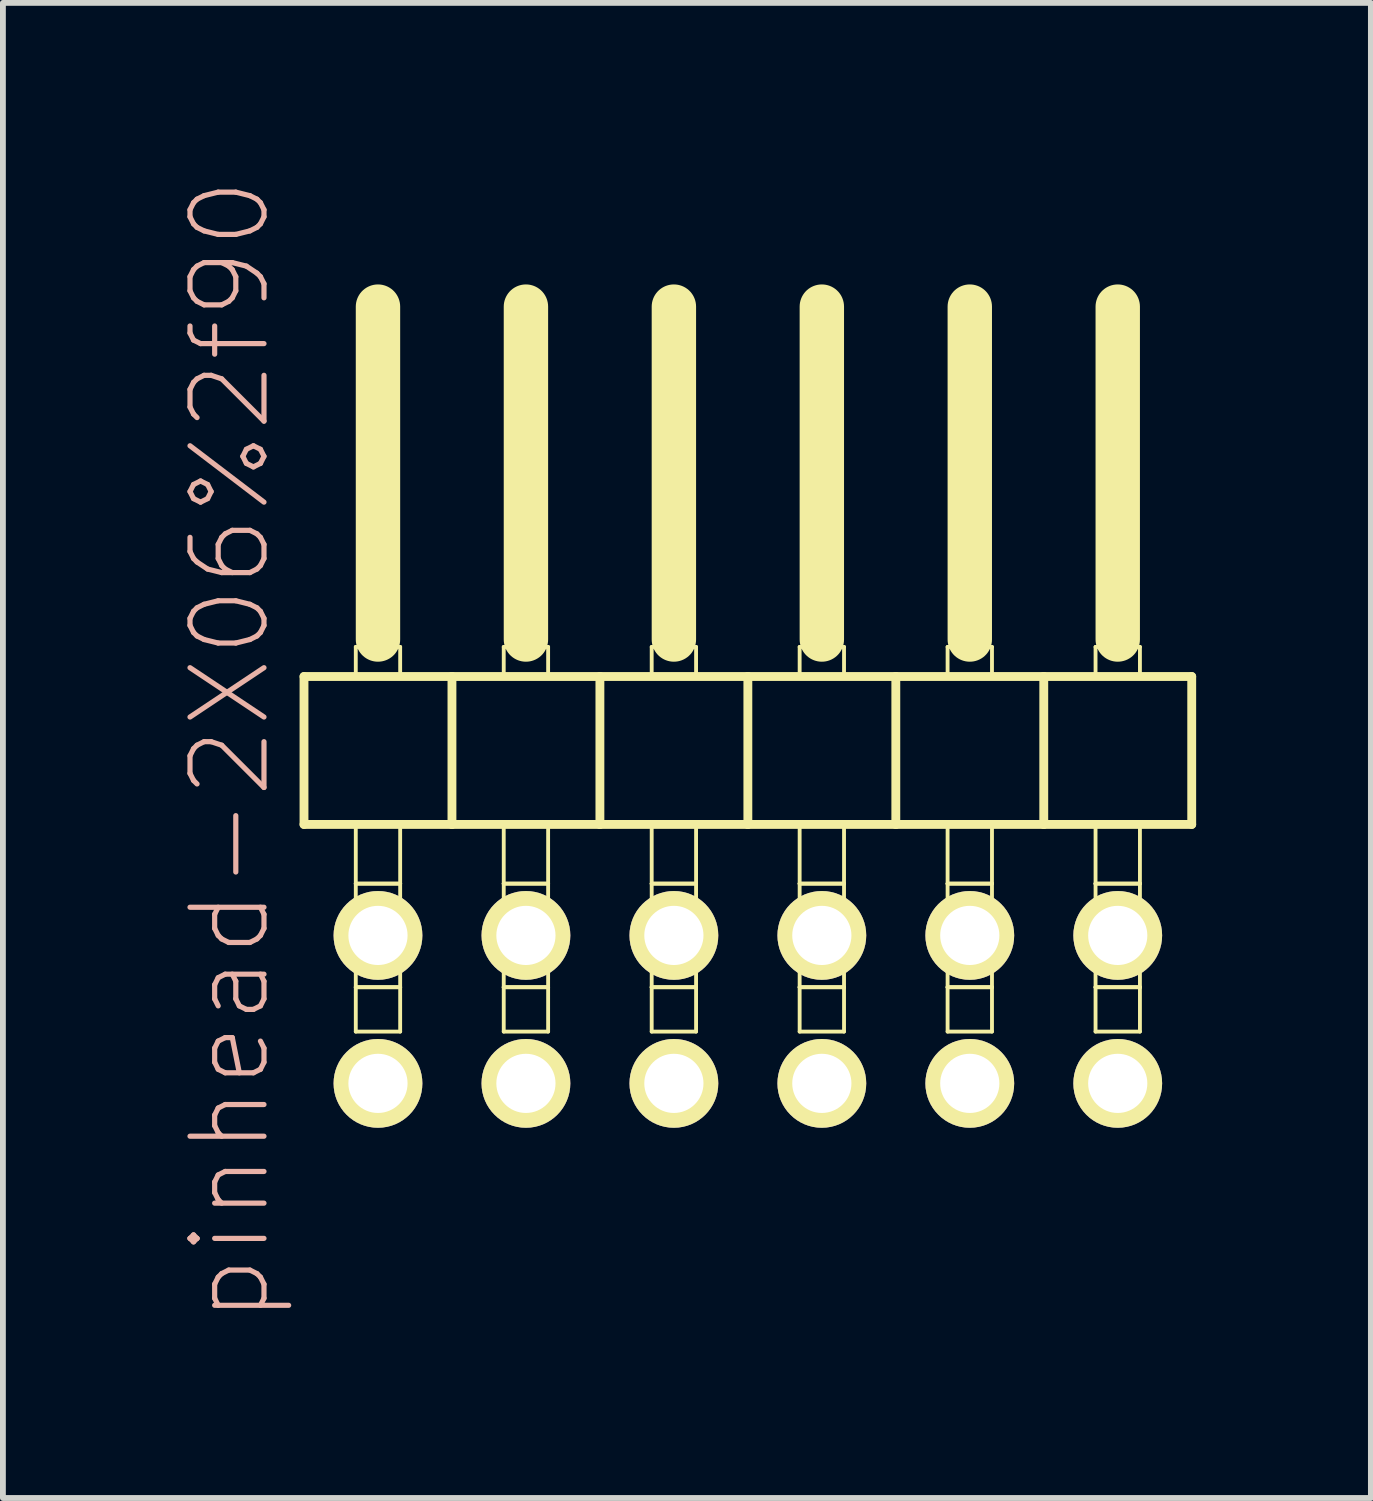
<source format=kicad_pcb>
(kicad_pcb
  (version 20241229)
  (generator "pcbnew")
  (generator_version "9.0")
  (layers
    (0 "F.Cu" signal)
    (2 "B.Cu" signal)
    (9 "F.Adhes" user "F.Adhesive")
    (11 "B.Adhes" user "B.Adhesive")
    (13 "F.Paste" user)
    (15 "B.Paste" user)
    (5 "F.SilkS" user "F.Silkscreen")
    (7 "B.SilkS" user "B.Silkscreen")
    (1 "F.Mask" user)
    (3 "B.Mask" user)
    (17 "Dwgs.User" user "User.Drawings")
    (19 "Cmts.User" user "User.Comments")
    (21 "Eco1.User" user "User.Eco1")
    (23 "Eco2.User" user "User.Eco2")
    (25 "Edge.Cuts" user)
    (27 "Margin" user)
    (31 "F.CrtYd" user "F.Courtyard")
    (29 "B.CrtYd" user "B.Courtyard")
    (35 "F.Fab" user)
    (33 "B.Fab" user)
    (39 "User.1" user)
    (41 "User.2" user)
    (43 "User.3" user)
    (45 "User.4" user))
  (footprint "pinhead-2X06%2f90"
    (layer "F.Cu")
    (at 9.789 9.199)
    (property "Reference" "pinhead-2X06%2f90" (at -8.89 0.635 90) (layer "B.SilkS") (effects (font (size 1.27 1.27) (thickness 0.089))))
    (attr exclude_from_pos_files exclude_from_bom)
    (fp_line (start -7.62 -0.635) (end -7.62 1.905) (stroke (width 0.152) (type solid)) (layer "F.SilkS"))
    (fp_line (start -7.62 1.905) (end -5.08 1.905) (stroke (width 0.152) (type solid)) (layer "F.SilkS"))
    (fp_line (start -6.731 -1.143) (end -5.969 -1.143) (stroke (width 0.066) (type solid)) (layer "F.SilkS"))
    (fp_line (start -6.731 -0.635) (end -6.731 -1.143) (stroke (width 0.066) (type solid)) (layer "F.SilkS"))
    (fp_line (start -6.731 -0.635) (end -5.969 -0.635) (stroke (width 0.066) (type solid)) (layer "F.SilkS"))
    (fp_line (start -6.731 1.905) (end -5.969 1.905) (stroke (width 0.066) (type solid)) (layer "F.SilkS"))
    (fp_line (start -6.731 2.921) (end -6.731 1.905) (stroke (width 0.066) (type solid)) (layer "F.SilkS"))
    (fp_line (start -6.731 2.921) (end -5.969 2.921) (stroke (width 0.066) (type solid)) (layer "F.SilkS"))
    (fp_line (start -6.731 2.921) (end -5.969 2.921) (stroke (width 0.066) (type solid)) (layer "F.SilkS"))
    (fp_line (start -6.731 4.699) (end -6.731 2.921) (stroke (width 0.066) (type solid)) (layer "F.SilkS"))
    (fp_line (start -6.731 4.699) (end -5.969 4.699) (stroke (width 0.066) (type solid)) (layer "F.SilkS"))
    (fp_line (start -6.731 4.699) (end -5.969 4.699) (stroke (width 0.066) (type solid)) (layer "F.SilkS"))
    (fp_line (start -6.731 5.461) (end -6.731 4.699) (stroke (width 0.066) (type solid)) (layer "F.SilkS"))
    (fp_line (start -6.731 5.461) (end -5.969 5.461) (stroke (width 0.066) (type solid)) (layer "F.SilkS"))
    (fp_line (start -6.35 -6.985) (end -6.35 -1.27) (stroke (width 0.762) (type solid)) (layer "F.SilkS"))
    (fp_line (start -5.969 -0.635) (end -5.969 -1.143) (stroke (width 0.066) (type solid)) (layer "F.SilkS"))
    (fp_line (start -5.969 2.921) (end -5.969 1.905) (stroke (width 0.066) (type solid)) (layer "F.SilkS"))
    (fp_line (start -5.969 4.699) (end -5.969 2.921) (stroke (width 0.066) (type solid)) (layer "F.SilkS"))
    (fp_line (start -5.969 5.461) (end -5.969 4.699) (stroke (width 0.066) (type solid)) (layer "F.SilkS"))
    (fp_line (start -5.08 -0.635) (end -7.62 -0.635) (stroke (width 0.152) (type solid)) (layer "F.SilkS"))
    (fp_line (start -5.08 1.905) (end -5.08 -0.635) (stroke (width 0.152) (type solid)) (layer "F.SilkS"))
    (fp_line (start -5.08 1.905) (end -2.54 1.905) (stroke (width 0.152) (type solid)) (layer "F.SilkS"))
    (fp_line (start -4.191 -1.143) (end -3.429 -1.143) (stroke (width 0.066) (type solid)) (layer "F.SilkS"))
    (fp_line (start -4.191 -0.635) (end -4.191 -1.143) (stroke (width 0.066) (type solid)) (layer "F.SilkS"))
    (fp_line (start -4.191 -0.635) (end -3.429 -0.635) (stroke (width 0.066) (type solid)) (layer "F.SilkS"))
    (fp_line (start -4.191 1.905) (end -3.429 1.905) (stroke (width 0.066) (type solid)) (layer "F.SilkS"))
    (fp_line (start -4.191 2.921) (end -4.191 1.905) (stroke (width 0.066) (type solid)) (layer "F.SilkS"))
    (fp_line (start -4.191 2.921) (end -3.429 2.921) (stroke (width 0.066) (type solid)) (layer "F.SilkS"))
    (fp_line (start -4.191 2.921) (end -3.429 2.921) (stroke (width 0.066) (type solid)) (layer "F.SilkS"))
    (fp_line (start -4.191 4.699) (end -4.191 2.921) (stroke (width 0.066) (type solid)) (layer "F.SilkS"))
    (fp_line (start -4.191 4.699) (end -3.429 4.699) (stroke (width 0.066) (type solid)) (layer "F.SilkS"))
    (fp_line (start -4.191 4.699) (end -3.429 4.699) (stroke (width 0.066) (type solid)) (layer "F.SilkS"))
    (fp_line (start -4.191 5.461) (end -4.191 4.699) (stroke (width 0.066) (type solid)) (layer "F.SilkS"))
    (fp_line (start -4.191 5.461) (end -3.429 5.461) (stroke (width 0.066) (type solid)) (layer "F.SilkS"))
    (fp_line (start -3.81 -6.985) (end -3.81 -1.27) (stroke (width 0.762) (type solid)) (layer "F.SilkS"))
    (fp_line (start -3.429 -0.635) (end -3.429 -1.143) (stroke (width 0.066) (type solid)) (layer "F.SilkS"))
    (fp_line (start -3.429 2.921) (end -3.429 1.905) (stroke (width 0.066) (type solid)) (layer "F.SilkS"))
    (fp_line (start -3.429 4.699) (end -3.429 2.921) (stroke (width 0.066) (type solid)) (layer "F.SilkS"))
    (fp_line (start -3.429 5.461) (end -3.429 4.699) (stroke (width 0.066) (type solid)) (layer "F.SilkS"))
    (fp_line (start -2.54 -0.635) (end -5.08 -0.635) (stroke (width 0.152) (type solid)) (layer "F.SilkS"))
    (fp_line (start -2.54 1.905) (end -2.54 -0.635) (stroke (width 0.152) (type solid)) (layer "F.SilkS"))
    (fp_line (start -2.54 1.905) (end 0 1.905) (stroke (width 0.152) (type solid)) (layer "F.SilkS"))
    (fp_line (start -1.651 -1.143) (end -0.889 -1.143) (stroke (width 0.066) (type solid)) (layer "F.SilkS"))
    (fp_line (start -1.651 -0.635) (end -1.651 -1.143) (stroke (width 0.066) (type solid)) (layer "F.SilkS"))
    (fp_line (start -1.651 -0.635) (end -0.889 -0.635) (stroke (width 0.066) (type solid)) (layer "F.SilkS"))
    (fp_line (start -1.651 1.905) (end -0.889 1.905) (stroke (width 0.066) (type solid)) (layer "F.SilkS"))
    (fp_line (start -1.651 2.921) (end -1.651 1.905) (stroke (width 0.066) (type solid)) (layer "F.SilkS"))
    (fp_line (start -1.651 2.921) (end -0.889 2.921) (stroke (width 0.066) (type solid)) (layer "F.SilkS"))
    (fp_line (start -1.651 2.921) (end -0.889 2.921) (stroke (width 0.066) (type solid)) (layer "F.SilkS"))
    (fp_line (start -1.651 4.699) (end -1.651 2.921) (stroke (width 0.066) (type solid)) (layer "F.SilkS"))
    (fp_line (start -1.651 4.699) (end -0.889 4.699) (stroke (width 0.066) (type solid)) (layer "F.SilkS"))
    (fp_line (start -1.651 4.699) (end -0.889 4.699) (stroke (width 0.066) (type solid)) (layer "F.SilkS"))
    (fp_line (start -1.651 5.461) (end -1.651 4.699) (stroke (width 0.066) (type solid)) (layer "F.SilkS"))
    (fp_line (start -1.651 5.461) (end -0.889 5.461) (stroke (width 0.066) (type solid)) (layer "F.SilkS"))
    (fp_line (start -1.27 -6.985) (end -1.27 -1.27) (stroke (width 0.762) (type solid)) (layer "F.SilkS"))
    (fp_line (start -0.889 -0.635) (end -0.889 -1.143) (stroke (width 0.066) (type solid)) (layer "F.SilkS"))
    (fp_line (start -0.889 2.921) (end -0.889 1.905) (stroke (width 0.066) (type solid)) (layer "F.SilkS"))
    (fp_line (start -0.889 4.699) (end -0.889 2.921) (stroke (width 0.066) (type solid)) (layer "F.SilkS"))
    (fp_line (start -0.889 5.461) (end -0.889 4.699) (stroke (width 0.066) (type solid)) (layer "F.SilkS"))
    (fp_line (start 0 -0.635) (end -2.54 -0.635) (stroke (width 0.152) (type solid)) (layer "F.SilkS"))
    (fp_line (start 0 1.905) (end 0 -0.635) (stroke (width 0.152) (type solid)) (layer "F.SilkS"))
    (fp_line (start 0 1.905) (end 2.54 1.905) (stroke (width 0.152) (type solid)) (layer "F.SilkS"))
    (fp_line (start 0.889 -1.143) (end 1.651 -1.143) (stroke (width 0.066) (type solid)) (layer "F.SilkS"))
    (fp_line (start 0.889 -0.635) (end 0.889 -1.143) (stroke (width 0.066) (type solid)) (layer "F.SilkS"))
    (fp_line (start 0.889 -0.635) (end 1.651 -0.635) (stroke (width 0.066) (type solid)) (layer "F.SilkS"))
    (fp_line (start 0.889 1.905) (end 1.651 1.905) (stroke (width 0.066) (type solid)) (layer "F.SilkS"))
    (fp_line (start 0.889 2.921) (end 0.889 1.905) (stroke (width 0.066) (type solid)) (layer "F.SilkS"))
    (fp_line (start 0.889 2.921) (end 1.651 2.921) (stroke (width 0.066) (type solid)) (layer "F.SilkS"))
    (fp_line (start 0.889 2.921) (end 1.651 2.921) (stroke (width 0.066) (type solid)) (layer "F.SilkS"))
    (fp_line (start 0.889 4.699) (end 0.889 2.921) (stroke (width 0.066) (type solid)) (layer "F.SilkS"))
    (fp_line (start 0.889 4.699) (end 1.651 4.699) (stroke (width 0.066) (type solid)) (layer "F.SilkS"))
    (fp_line (start 0.889 4.699) (end 1.651 4.699) (stroke (width 0.066) (type solid)) (layer "F.SilkS"))
    (fp_line (start 0.889 5.461) (end 0.889 4.699) (stroke (width 0.066) (type solid)) (layer "F.SilkS"))
    (fp_line (start 0.889 5.461) (end 1.651 5.461) (stroke (width 0.066) (type solid)) (layer "F.SilkS"))
    (fp_line (start 1.27 -6.985) (end 1.27 -1.27) (stroke (width 0.762) (type solid)) (layer "F.SilkS"))
    (fp_line (start 1.651 -0.635) (end 1.651 -1.143) (stroke (width 0.066) (type solid)) (layer "F.SilkS"))
    (fp_line (start 1.651 2.921) (end 1.651 1.905) (stroke (width 0.066) (type solid)) (layer "F.SilkS"))
    (fp_line (start 1.651 4.699) (end 1.651 2.921) (stroke (width 0.066) (type solid)) (layer "F.SilkS"))
    (fp_line (start 1.651 5.461) (end 1.651 4.699) (stroke (width 0.066) (type solid)) (layer "F.SilkS"))
    (fp_line (start 2.54 -0.635) (end 0 -0.635) (stroke (width 0.152) (type solid)) (layer "F.SilkS"))
    (fp_line (start 2.54 1.905) (end 2.54 -0.635) (stroke (width 0.152) (type solid)) (layer "F.SilkS"))
    (fp_line (start 2.54 1.905) (end 5.08 1.905) (stroke (width 0.152) (type solid)) (layer "F.SilkS"))
    (fp_line (start 3.429 -1.143) (end 4.191 -1.143) (stroke (width 0.066) (type solid)) (layer "F.SilkS"))
    (fp_line (start 3.429 -0.635) (end 3.429 -1.143) (stroke (width 0.066) (type solid)) (layer "F.SilkS"))
    (fp_line (start 3.429 -0.635) (end 4.191 -0.635) (stroke (width 0.066) (type solid)) (layer "F.SilkS"))
    (fp_line (start 3.429 1.905) (end 4.191 1.905) (stroke (width 0.066) (type solid)) (layer "F.SilkS"))
    (fp_line (start 3.429 2.921) (end 3.429 1.905) (stroke (width 0.066) (type solid)) (layer "F.SilkS"))
    (fp_line (start 3.429 2.921) (end 4.191 2.921) (stroke (width 0.066) (type solid)) (layer "F.SilkS"))
    (fp_line (start 3.429 2.921) (end 4.191 2.921) (stroke (width 0.066) (type solid)) (layer "F.SilkS"))
    (fp_line (start 3.429 4.699) (end 3.429 2.921) (stroke (width 0.066) (type solid)) (layer "F.SilkS"))
    (fp_line (start 3.429 4.699) (end 4.191 4.699) (stroke (width 0.066) (type solid)) (layer "F.SilkS"))
    (fp_line (start 3.429 4.699) (end 4.191 4.699) (stroke (width 0.066) (type solid)) (layer "F.SilkS"))
    (fp_line (start 3.429 5.461) (end 3.429 4.699) (stroke (width 0.066) (type solid)) (layer "F.SilkS"))
    (fp_line (start 3.429 5.461) (end 4.191 5.461) (stroke (width 0.066) (type solid)) (layer "F.SilkS"))
    (fp_line (start 3.81 -6.985) (end 3.81 -1.27) (stroke (width 0.762) (type solid)) (layer "F.SilkS"))
    (fp_line (start 4.191 -0.635) (end 4.191 -1.143) (stroke (width 0.066) (type solid)) (layer "F.SilkS"))
    (fp_line (start 4.191 2.921) (end 4.191 1.905) (stroke (width 0.066) (type solid)) (layer "F.SilkS"))
    (fp_line (start 4.191 4.699) (end 4.191 2.921) (stroke (width 0.066) (type solid)) (layer "F.SilkS"))
    (fp_line (start 4.191 5.461) (end 4.191 4.699) (stroke (width 0.066) (type solid)) (layer "F.SilkS"))
    (fp_line (start 5.08 -0.635) (end 2.54 -0.635) (stroke (width 0.152) (type solid)) (layer "F.SilkS"))
    (fp_line (start 5.08 1.905) (end 5.08 -0.635) (stroke (width 0.152) (type solid)) (layer "F.SilkS"))
    (fp_line (start 5.08 1.905) (end 7.62 1.905) (stroke (width 0.152) (type solid)) (layer "F.SilkS"))
    (fp_line (start 5.969 -1.143) (end 6.731 -1.143) (stroke (width 0.066) (type solid)) (layer "F.SilkS"))
    (fp_line (start 5.969 -0.635) (end 5.969 -1.143) (stroke (width 0.066) (type solid)) (layer "F.SilkS"))
    (fp_line (start 5.969 -0.635) (end 6.731 -0.635) (stroke (width 0.066) (type solid)) (layer "F.SilkS"))
    (fp_line (start 5.969 1.905) (end 6.731 1.905) (stroke (width 0.066) (type solid)) (layer "F.SilkS"))
    (fp_line (start 5.969 2.921) (end 5.969 1.905) (stroke (width 0.066) (type solid)) (layer "F.SilkS"))
    (fp_line (start 5.969 2.921) (end 6.731 2.921) (stroke (width 0.066) (type solid)) (layer "F.SilkS"))
    (fp_line (start 5.969 2.921) (end 6.731 2.921) (stroke (width 0.066) (type solid)) (layer "F.SilkS"))
    (fp_line (start 5.969 4.699) (end 5.969 2.921) (stroke (width 0.066) (type solid)) (layer "F.SilkS"))
    (fp_line (start 5.969 4.699) (end 6.731 4.699) (stroke (width 0.066) (type solid)) (layer "F.SilkS"))
    (fp_line (start 5.969 4.699) (end 6.731 4.699) (stroke (width 0.066) (type solid)) (layer "F.SilkS"))
    (fp_line (start 5.969 5.461) (end 5.969 4.699) (stroke (width 0.066) (type solid)) (layer "F.SilkS"))
    (fp_line (start 5.969 5.461) (end 6.731 5.461) (stroke (width 0.066) (type solid)) (layer "F.SilkS"))
    (fp_line (start 6.35 -6.985) (end 6.35 -1.27) (stroke (width 0.762) (type solid)) (layer "F.SilkS"))
    (fp_line (start 6.731 -0.635) (end 6.731 -1.143) (stroke (width 0.066) (type solid)) (layer "F.SilkS"))
    (fp_line (start 6.731 2.921) (end 6.731 1.905) (stroke (width 0.066) (type solid)) (layer "F.SilkS"))
    (fp_line (start 6.731 4.699) (end 6.731 2.921) (stroke (width 0.066) (type solid)) (layer "F.SilkS"))
    (fp_line (start 6.731 5.461) (end 6.731 4.699) (stroke (width 0.066) (type solid)) (layer "F.SilkS"))
    (fp_line (start 7.62 -0.635) (end 5.08 -0.635) (stroke (width 0.152) (type solid)) (layer "F.SilkS"))
    (fp_line (start 7.62 1.905) (end 7.62 -0.635) (stroke (width 0.152) (type solid)) (layer "F.SilkS"))
    (pad "1" thru_hole circle (at -6.35 6.35) (size 1.524 1.524) (drill 1.016) (layers "*.Cu" "F.Mask" "F.SilkS" "F.Paste"))
    (pad "2" thru_hole circle (at -6.35 3.81) (size 1.524 1.524) (drill 1.016) (layers "*.Cu" "F.Mask" "F.SilkS" "F.Paste"))
    (pad "3" thru_hole circle (at -3.81 6.35) (size 1.524 1.524) (drill 1.016) (layers "*.Cu" "F.Mask" "F.SilkS" "F.Paste"))
    (pad "4" thru_hole circle (at -3.81 3.81) (size 1.524 1.524) (drill 1.016) (layers "*.Cu" "F.Mask" "F.SilkS" "F.Paste"))
    (pad "5" thru_hole circle (at -1.27 6.35) (size 1.524 1.524) (drill 1.016) (layers "*.Cu" "F.Mask" "F.SilkS" "F.Paste"))
    (pad "6" thru_hole circle (at -1.27 3.81) (size 1.524 1.524) (drill 1.016) (layers "*.Cu" "F.Mask" "F.SilkS" "F.Paste"))
    (pad "7" thru_hole circle (at 1.27 6.35) (size 1.524 1.524) (drill 1.016) (layers "*.Cu" "F.Mask" "F.SilkS" "F.Paste"))
    (pad "8" thru_hole circle (at 1.27 3.81) (size 1.524 1.524) (drill 1.016) (layers "*.Cu" "F.Mask" "F.SilkS" "F.Paste"))
    (pad "9" thru_hole circle (at 3.81 6.35) (size 1.524 1.524) (drill 1.016) (layers "*.Cu" "F.Mask" "F.SilkS" "F.Paste"))
    (pad "10" thru_hole circle (at 3.81 3.81) (size 1.524 1.524) (drill 1.016) (layers "*.Cu" "F.Mask" "F.SilkS" "F.Paste"))
    (pad "11" thru_hole circle (at 6.35 6.35) (size 1.524 1.524) (drill 1.016) (layers "*.Cu" "F.Mask" "F.SilkS" "F.Paste"))
    (pad "12" thru_hole circle (at 6.35 3.81) (size 1.524 1.524) (drill 1.016) (layers "*.Cu" "F.Mask" "F.SilkS" "F.Paste")))
  (gr_rect
    (start -3 -3)
    (end 20.485 22.667)
    (stroke (width 0.1) (type default))
    (fill no)
    (layer "Edge.Cuts")))
</source>
